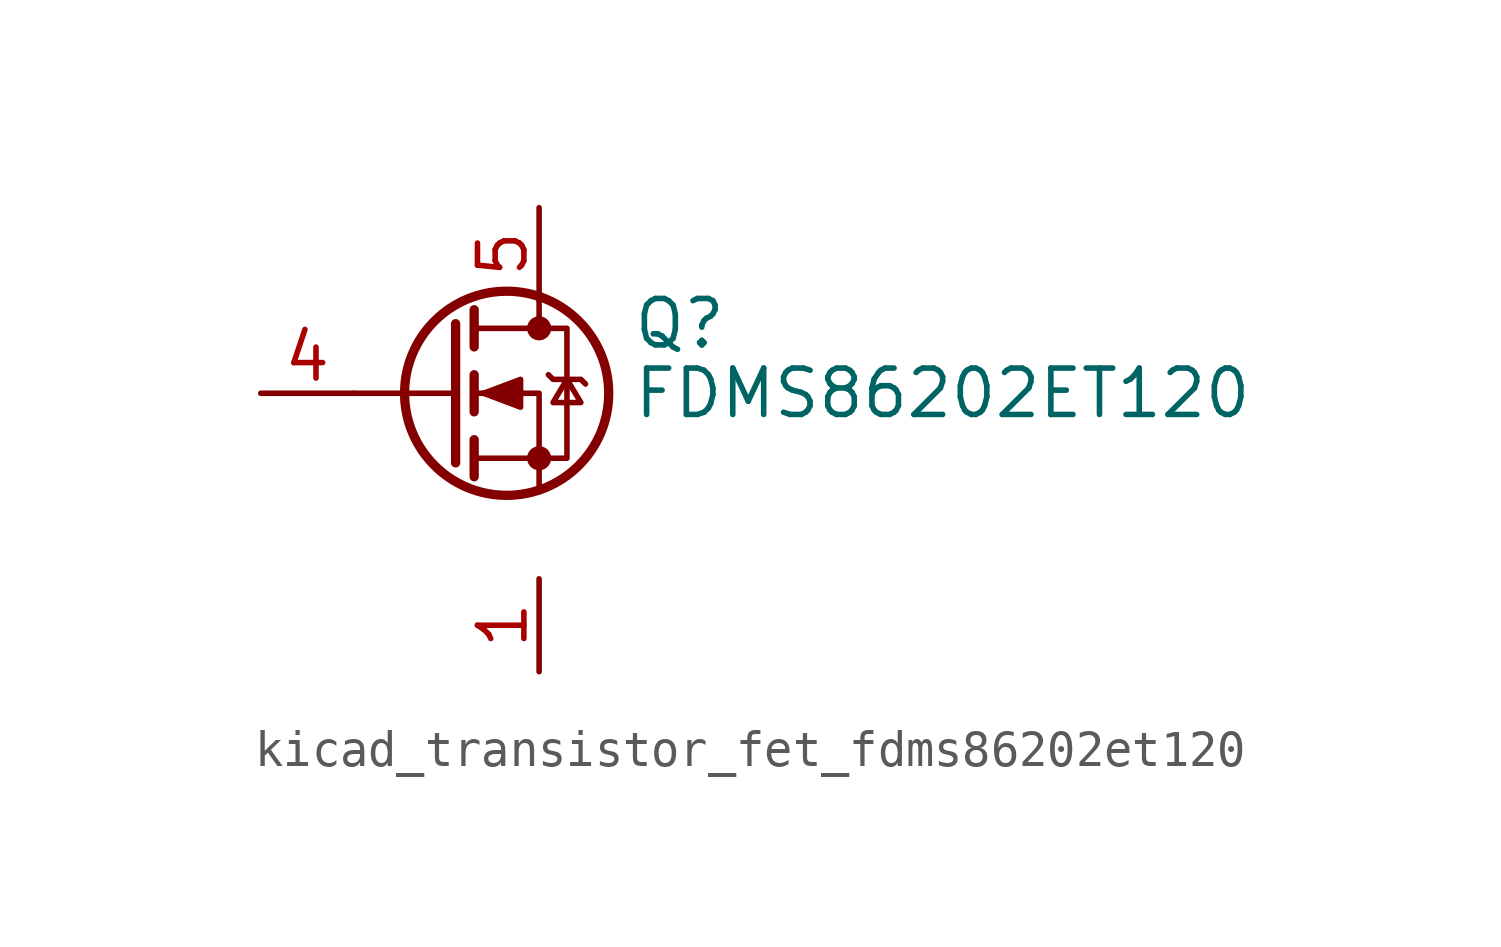
<source format=kicad_sym>
(kicad_symbol_lib
  (version 20220914)
  (generator kicad_symbol_editor)
  (symbol "kicad_transistor_fet_fdms86202et120"
    (pin_names hide)
    (property "Reference" "Q"
      (at 5.08 1.905 0)
      (effects (font (size 1.27 1.27)) (justify left)))
    (property "Value" "FDMS86202ET120"
      (at 5.08 0 0)
      (effects (font (size 1.27 1.27)) (justify left)))
    (symbol "kicad_transistor_fet_fdms86202et120_0_1"
      (polyline (pts (xy 0.254 0) (xy -2.54 0)) (stroke (width 0) (type default)) (fill (type none)))
      (polyline (pts (xy 0.254 1.905) (xy 0.254 -1.905)) (stroke (width 0.254) (type default)) (fill (type none)))
      (polyline (pts (xy 0.762 -1.27) (xy 0.762 -2.286)) (stroke (width 0.254) (type default)) (fill (type none)))
      (polyline (pts (xy 0.762 0.508) (xy 0.762 -0.508)) (stroke (width 0.254) (type default)) (fill (type none)))
      (polyline (pts (xy 0.762 2.286) (xy 0.762 1.27)) (stroke (width 0.254) (type default)) (fill (type none)))
      (polyline (pts (xy 2.54 2.54) (xy 2.54 1.778)) (stroke (width 0) (type default)) (fill (type none)))
      (polyline (pts (xy 2.54 -2.54) (xy 2.54 0) (xy 0.762 0)) (stroke (width 0) (type default)) (fill (type none)))
      (polyline (pts (xy 0.762 -1.778) (xy 3.302 -1.778) (xy 3.302 1.778) (xy 0.762 1.778)) (stroke (width 0) (type default)) (fill (type none)))
      (polyline (pts (xy 1.016 0) (xy 2.032 0.381) (xy 2.032 -0.381) (xy 1.016 0)) (stroke (width 0) (type default)) (fill (type outline)))
      (polyline (pts (xy 2.794 0.508) (xy 2.921 0.381) (xy 3.683 0.381) (xy 3.81 0.254)) (stroke (width 0) (type default)) (fill (type none)))
      (polyline (pts (xy 3.302 0.381) (xy 2.921 -0.254) (xy 3.683 -0.254) (xy 3.302 0.381)) (stroke (width 0) (type default)) (fill (type none)))
      (circle (center 1.651 0) (radius 2.794) (stroke (width 0.254) (type default)) (fill (type none)))
      (circle (center 2.54 -1.778) (radius 0.254) (stroke (width 0) (type default)) (fill (type outline)))
      (circle (center 2.54 1.778) (radius 0.254) (stroke (width 0) (type default)) (fill (type outline))))
    (symbol "kicad_transistor_fet_fdms86202et120_1_1"
      (pin passive line (at 2.54 -5.08 270) (length 2.54) (name "S" (effects (font (size 1.27 1.27)))) (number "1" (effects (font (size 1.27 1.27)))))
      (pin passive line (at 2.54 -5.08 270) (length 2.54) hide (name "S" (effects (font (size 1.27 1.27)))) (number "2" (effects (font (size 1.27 1.27)))))
      (pin passive line (at 2.54 -5.08 90) (length 2.54) hide (name "S" (effects (font (size 1.27 1.27)))) (number "3" (effects (font (size 1.27 1.27)))))
      (pin passive line (at -5.08 0 0) (length 2.54) (name "G" (effects (font (size 1.27 1.27)))) (number "4" (effects (font (size 1.27 1.27)))))
      (pin passive line (at 2.54 5.08 270) (length 2.54) (name "D" (effects (font (size 1.27 1.27)))) (number "5" (effects (font (size 1.27 1.27))))))))
</source>
